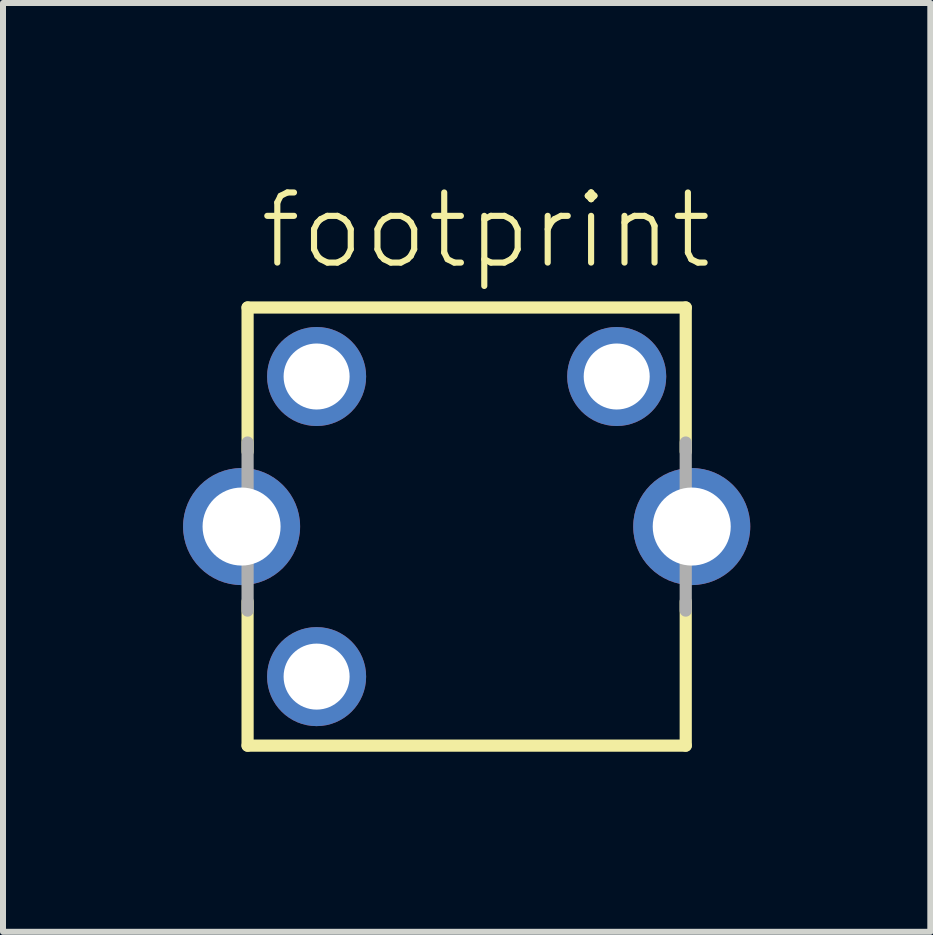
<source format=kicad_pcb>
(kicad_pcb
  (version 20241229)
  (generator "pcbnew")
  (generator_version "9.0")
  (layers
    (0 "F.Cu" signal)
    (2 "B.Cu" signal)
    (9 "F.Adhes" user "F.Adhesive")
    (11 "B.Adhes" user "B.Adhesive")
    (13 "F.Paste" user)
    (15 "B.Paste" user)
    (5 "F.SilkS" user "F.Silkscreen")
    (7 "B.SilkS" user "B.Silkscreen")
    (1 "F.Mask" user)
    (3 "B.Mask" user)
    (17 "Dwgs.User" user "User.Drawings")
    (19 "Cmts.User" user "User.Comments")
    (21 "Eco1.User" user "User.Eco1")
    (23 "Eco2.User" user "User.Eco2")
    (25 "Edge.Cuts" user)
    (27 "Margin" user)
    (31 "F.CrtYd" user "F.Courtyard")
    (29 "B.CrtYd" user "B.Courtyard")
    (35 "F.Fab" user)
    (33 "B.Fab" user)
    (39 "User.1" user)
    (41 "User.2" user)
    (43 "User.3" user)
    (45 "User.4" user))
  (footprint "footprint"
    (layer "F.Cu")
    (at 4.725 5.723)
    (property "Reference" "footprint" (at -3.5 -4.25 0) (layer "F.SilkS") (effects (font (size 1.168 1.168) (thickness 0.102)) (justify left bottom)))
    (fp_line (start -3.65 -3.65) (end 3.65 -3.65) (stroke (width 0.203) (type solid)) (layer "F.SilkS"))
    (fp_line (start -3.65 -1.25) (end -3.65 -3.65) (stroke (width 0.203) (type solid)) (layer "F.SilkS"))
    (fp_line (start -3.65 3.65) (end -3.65 1.25) (stroke (width 0.203) (type solid)) (layer "F.SilkS"))
    (fp_line (start 3.65 -3.65) (end 3.65 -1.25) (stroke (width 0.203) (type solid)) (layer "F.SilkS"))
    (fp_line (start 3.65 1.25) (end 3.65 3.65) (stroke (width 0.203) (type solid)) (layer "F.SilkS"))
    (fp_line (start 3.65 3.65) (end -3.65 3.65) (stroke (width 0.203) (type solid)) (layer "F.SilkS"))
    (fp_line (start -3.65 1.4) (end -3.65 -1.4) (stroke (width 0.203) (type solid)) (layer "F.Fab"))
    (fp_line (start 3.65 -1.4) (end 3.65 1.4) (stroke (width 0.203) (type solid)) (layer "F.Fab"))
    (pad "1" thru_hole circle (at -2.5 2.5) (size 1.65 1.65) (drill 1.1) (layers "*.Cu" "*.Mask"))
    (pad "2" thru_hole circle (at -2.5 -2.5) (size 1.65 1.65) (drill 1.1) (layers "*.Cu" "*.Mask"))
    (pad "4" thru_hole circle (at 2.5 -2.5) (size 1.65 1.65) (drill 1.1) (layers "*.Cu" "*.Mask"))
    (pad "S1" thru_hole circle (at -3.75 0) (size 1.95 1.95) (drill 1.3) (layers "*.Cu" "*.Mask"))
    (pad "S2" thru_hole circle (at 3.75 0) (size 1.95 1.95) (drill 1.3) (layers "*.Cu" "*.Mask")))
  (gr_rect
    (start -3 -3)
    (end 12.45 12.475)
    (stroke (width 0.1) (type default))
    (fill no)
    (layer "Edge.Cuts")))
</source>
